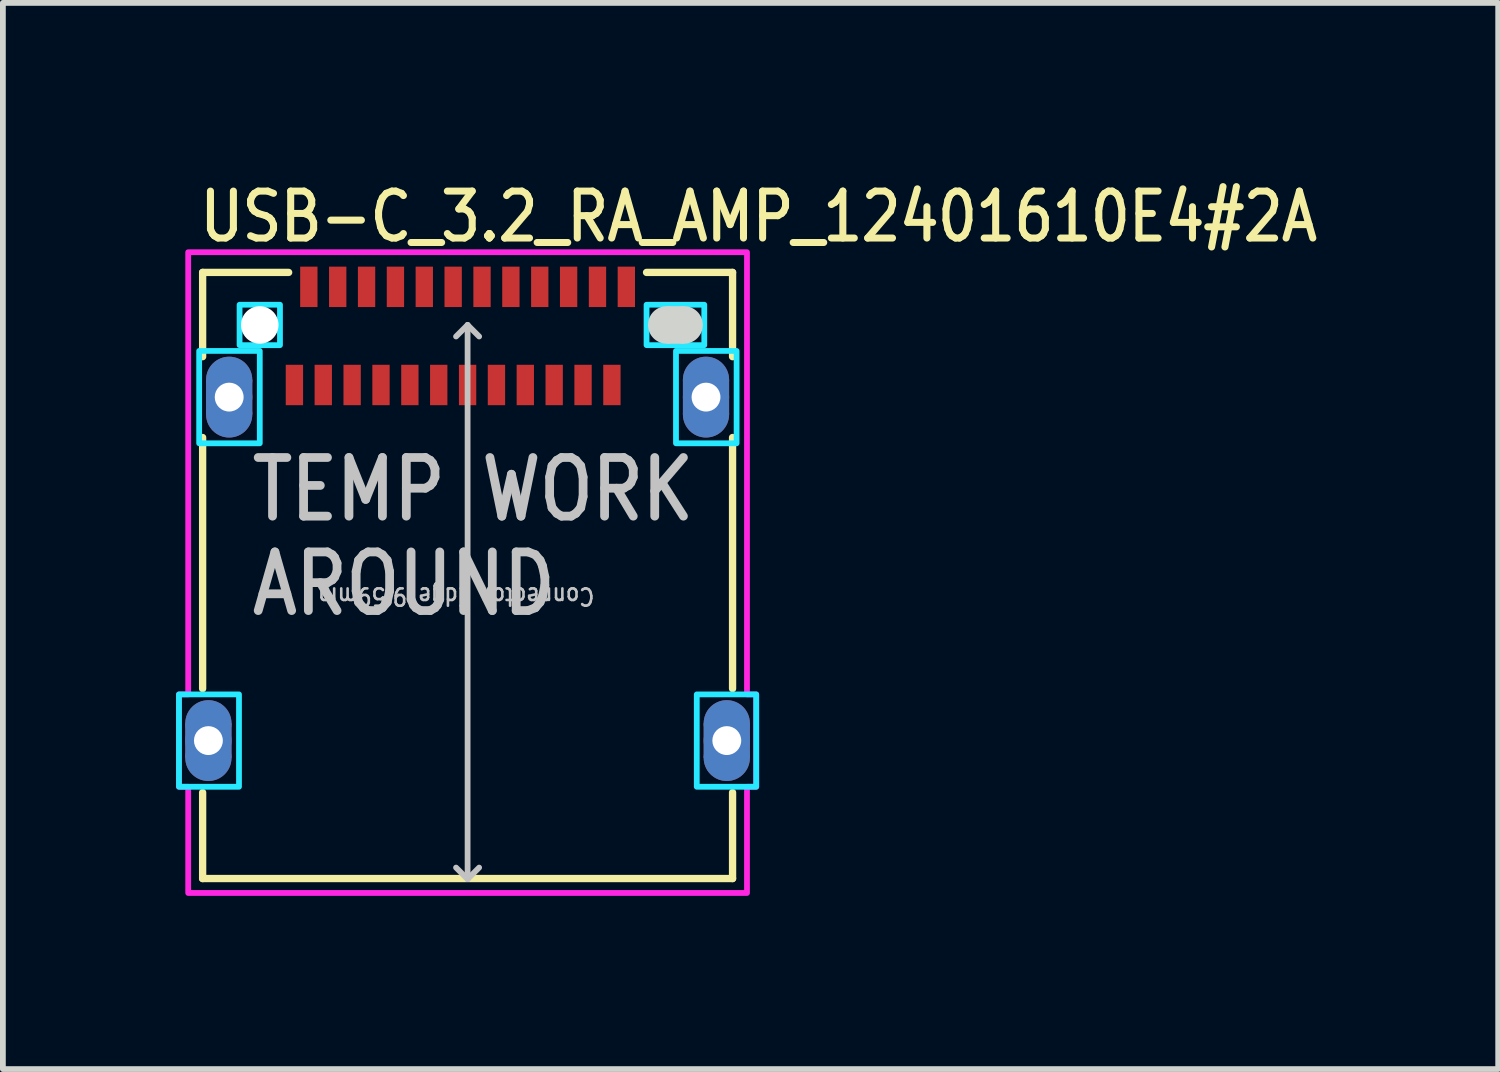
<source format=kicad_pcb>
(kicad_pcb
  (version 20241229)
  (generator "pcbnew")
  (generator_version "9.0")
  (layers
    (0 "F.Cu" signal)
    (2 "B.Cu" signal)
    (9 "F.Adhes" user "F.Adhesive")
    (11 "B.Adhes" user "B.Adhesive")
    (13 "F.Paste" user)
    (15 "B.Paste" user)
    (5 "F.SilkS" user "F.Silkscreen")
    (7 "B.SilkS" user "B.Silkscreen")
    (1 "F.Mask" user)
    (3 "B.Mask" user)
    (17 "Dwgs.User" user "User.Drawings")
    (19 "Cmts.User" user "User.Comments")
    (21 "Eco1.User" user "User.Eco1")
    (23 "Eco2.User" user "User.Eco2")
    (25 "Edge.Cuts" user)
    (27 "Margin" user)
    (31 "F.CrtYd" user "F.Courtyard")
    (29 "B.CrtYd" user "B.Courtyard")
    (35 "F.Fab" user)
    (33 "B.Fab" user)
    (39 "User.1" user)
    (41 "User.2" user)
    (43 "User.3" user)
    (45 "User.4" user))
  (footprint "USB-C_3.2_RA_AMP_12401610E4#2A"
    (layer "F.Cu")
    (at 5.05 2.579)
    (property "Reference" "USB-C_3.2_RA_AMP_12401610E4#2A" (at -4.7 -1.4 0) (unlocked yes) (layer "F.SilkS") (effects (font (size 0.813 0.695) (thickness 0.122)) (justify left bottom)))
    (fp_circle (center -4.49 6.9) (end -4.89 6.9) (stroke (width 0) (type solid)) (fill yes) (layer "F.Cu"))
    (fp_circle (center -4.49 7.5) (end -4.09 7.5) (stroke (width 0) (type solid)) (fill yes) (layer "F.Cu"))
    (fp_circle (center -4.13 0.95) (end -4.53 0.95) (stroke (width 0) (type solid)) (fill yes) (layer "F.Cu"))
    (fp_circle (center -4.13 1.55) (end -3.73 1.55) (stroke (width 0) (type solid)) (fill yes) (layer "F.Cu"))
    (fp_circle (center 4.13 0.95) (end 3.73 0.95) (stroke (width 0) (type solid)) (fill yes) (layer "F.Cu"))
    (fp_circle (center 4.13 1.55) (end 4.53 1.55) (stroke (width 0) (type solid)) (fill yes) (layer "F.Cu"))
    (fp_circle (center 4.49 6.9) (end 4.09 6.9) (stroke (width 0) (type solid)) (fill yes) (layer "F.Cu"))
    (fp_circle (center 4.49 7.5) (end 4.89 7.5) (stroke (width 0) (type solid)) (fill yes) (layer "F.Cu"))
    (fp_poly (pts (xy -4.89 6.9) (xy -4.09 6.9) (xy -4.09 7.5) (xy -4.89 7.5)) (stroke (width 0) (type solid)) (fill yes) (layer "F.Cu"))
    (fp_poly (pts (xy -4.53 0.95) (xy -3.73 0.95) (xy -3.73 1.55) (xy -4.53 1.55)) (stroke (width 0) (type solid)) (fill yes) (layer "F.Cu"))
    (fp_poly (pts (xy 3.73 0.95) (xy 4.53 0.95) (xy 4.53 1.55) (xy 3.73 1.55)) (stroke (width 0) (type solid)) (fill yes) (layer "F.Cu"))
    (fp_poly (pts (xy 4.09 6.9) (xy 4.89 6.9) (xy 4.89 7.5) (xy 4.09 7.5)) (stroke (width 0) (type solid)) (fill yes) (layer "F.Cu"))
    (fp_circle (center -4.49 6.9) (end -4.99 6.9) (stroke (width 0) (type solid)) (fill yes) (layer "F.Mask"))
    (fp_circle (center -4.49 7.5) (end -3.99 7.5) (stroke (width 0) (type solid)) (fill yes) (layer "F.Mask"))
    (fp_circle (center -4.13 0.95) (end -4.63 0.95) (stroke (width 0) (type solid)) (fill yes) (layer "F.Mask"))
    (fp_circle (center -4.13 1.55) (end -3.63 1.55) (stroke (width 0) (type solid)) (fill yes) (layer "F.Mask"))
    (fp_circle (center 3.45 0) (end 3.45 -0.425) (stroke (width 0) (type solid)) (fill yes) (layer "F.Mask"))
    (fp_circle (center 3.75 0) (end 3.75 0.425) (stroke (width 0) (type solid)) (fill yes) (layer "F.Mask"))
    (fp_circle (center 4.13 0.95) (end 3.63 0.95) (stroke (width 0) (type solid)) (fill yes) (layer "F.Mask"))
    (fp_circle (center 4.13 1.55) (end 4.63 1.55) (stroke (width 0) (type solid)) (fill yes) (layer "F.Mask"))
    (fp_circle (center 4.49 6.9) (end 3.99 6.9) (stroke (width 0) (type solid)) (fill yes) (layer "F.Mask"))
    (fp_circle (center 4.49 7.5) (end 4.99 7.5) (stroke (width 0) (type solid)) (fill yes) (layer "F.Mask"))
    (fp_poly (pts (xy -4.99 6.9) (xy -3.99 6.9) (xy -3.99 7.5) (xy -4.99 7.5)) (stroke (width 0) (type solid)) (fill yes) (layer "F.Mask"))
    (fp_poly (pts (xy -4.63 0.95) (xy -3.63 0.95) (xy -3.63 1.55) (xy -4.63 1.55)) (stroke (width 0) (type solid)) (fill yes) (layer "F.Mask"))
    (fp_poly (pts (xy 3.63 0.95) (xy 4.63 0.95) (xy 4.63 1.55) (xy 3.63 1.55)) (stroke (width 0) (type solid)) (fill yes) (layer "F.Mask"))
    (fp_poly (pts (xy 3.75 0.425) (xy 3.75 -0.425) (xy 3.45 -0.425) (xy 3.45 0.425)) (stroke (width 0) (type solid)) (fill yes) (layer "F.Mask"))
    (fp_poly (pts (xy 3.99 6.9) (xy 4.99 6.9) (xy 4.99 7.5) (xy 3.99 7.5)) (stroke (width 0) (type solid)) (fill yes) (layer "F.Mask"))
    (fp_circle (center -4.49 6.9) (end -4.89 6.9) (stroke (width 0) (type solid)) (fill yes) (layer "B.Cu"))
    (fp_circle (center -4.49 7.5) (end -4.09 7.5) (stroke (width 0) (type solid)) (fill yes) (layer "B.Cu"))
    (fp_circle (center -4.13 0.95) (end -4.53 0.95) (stroke (width 0) (type solid)) (fill yes) (layer "B.Cu"))
    (fp_circle (center -4.13 1.55) (end -3.73 1.55) (stroke (width 0) (type solid)) (fill yes) (layer "B.Cu"))
    (fp_circle (center 4.13 0.95) (end 3.73 0.95) (stroke (width 0) (type solid)) (fill yes) (layer "B.Cu"))
    (fp_circle (center 4.13 1.55) (end 4.53 1.55) (stroke (width 0) (type solid)) (fill yes) (layer "B.Cu"))
    (fp_circle (center 4.49 6.9) (end 4.09 6.9) (stroke (width 0) (type solid)) (fill yes) (layer "B.Cu"))
    (fp_circle (center 4.49 7.5) (end 4.89 7.5) (stroke (width 0) (type solid)) (fill yes) (layer "B.Cu"))
    (fp_poly (pts (xy -4.89 6.9) (xy -4.09 6.9) (xy -4.09 7.5) (xy -4.89 7.5)) (stroke (width 0) (type solid)) (fill yes) (layer "B.Cu"))
    (fp_poly (pts (xy -4.53 0.95) (xy -3.73 0.95) (xy -3.73 1.55) (xy -4.53 1.55)) (stroke (width 0) (type solid)) (fill yes) (layer "B.Cu"))
    (fp_poly (pts (xy 3.73 0.95) (xy 4.53 0.95) (xy 4.53 1.55) (xy 3.73 1.55)) (stroke (width 0) (type solid)) (fill yes) (layer "B.Cu"))
    (fp_poly (pts (xy 4.09 6.9) (xy 4.89 6.9) (xy 4.89 7.5) (xy 4.09 7.5)) (stroke (width 0) (type solid)) (fill yes) (layer "B.Cu"))
    (fp_circle (center -4.49 6.9) (end -4.99 6.9) (stroke (width 0) (type solid)) (fill yes) (layer "B.Mask"))
    (fp_circle (center -4.49 7.5) (end -3.99 7.5) (stroke (width 0) (type solid)) (fill yes) (layer "B.Mask"))
    (fp_circle (center -4.13 0.95) (end -4.63 0.95) (stroke (width 0) (type solid)) (fill yes) (layer "B.Mask"))
    (fp_circle (center -4.13 1.55) (end -3.63 1.55) (stroke (width 0) (type solid)) (fill yes) (layer "B.Mask"))
    (fp_circle (center 3.45 0) (end 3.45 -0.425) (stroke (width 0) (type solid)) (fill yes) (layer "B.Mask"))
    (fp_circle (center 3.75 0) (end 3.75 0.425) (stroke (width 0) (type solid)) (fill yes) (layer "B.Mask"))
    (fp_circle (center 4.13 0.95) (end 3.63 0.95) (stroke (width 0) (type solid)) (fill yes) (layer "B.Mask"))
    (fp_circle (center 4.13 1.55) (end 4.63 1.55) (stroke (width 0) (type solid)) (fill yes) (layer "B.Mask"))
    (fp_circle (center 4.49 6.9) (end 3.99 6.9) (stroke (width 0) (type solid)) (fill yes) (layer "B.Mask"))
    (fp_circle (center 4.49 7.5) (end 4.99 7.5) (stroke (width 0) (type solid)) (fill yes) (layer "B.Mask"))
    (fp_poly (pts (xy -4.99 6.9) (xy -3.99 6.9) (xy -3.99 7.5) (xy -4.99 7.5)) (stroke (width 0) (type solid)) (fill yes) (layer "B.Mask"))
    (fp_poly (pts (xy -4.63 0.95) (xy -3.63 0.95) (xy -3.63 1.55) (xy -4.63 1.55)) (stroke (width 0) (type solid)) (fill yes) (layer "B.Mask"))
    (fp_poly (pts (xy 3.63 0.95) (xy 4.63 0.95) (xy 4.63 1.55) (xy 3.63 1.55)) (stroke (width 0) (type solid)) (fill yes) (layer "B.Mask"))
    (fp_poly (pts (xy 3.75 0.425) (xy 3.75 -0.425) (xy 3.45 -0.425) (xy 3.45 0.425)) (stroke (width 0) (type solid)) (fill yes) (layer "B.Mask"))
    (fp_poly (pts (xy 3.99 6.9) (xy 4.99 6.9) (xy 4.99 7.5) (xy 3.99 7.5)) (stroke (width 0) (type solid)) (fill yes) (layer "B.Mask"))
    (fp_line (start -4.59 -0.91) (end -4.59 0.55) (stroke (width 0.127) (type solid)) (layer "F.SilkS"))
    (fp_line (start -4.59 -0.91) (end -3.1 -0.91) (stroke (width 0.127) (type solid)) (layer "F.SilkS"))
    (fp_line (start -4.59 1.95) (end -4.59 6.3) (stroke (width 0.127) (type solid)) (layer "F.SilkS"))
    (fp_line (start -4.59 8.1) (end -4.59 9.59) (stroke (width 0.127) (type solid)) (layer "F.SilkS"))
    (fp_line (start -4.59 9.59) (end 4.59 9.59) (stroke (width 0.127) (type solid)) (layer "F.SilkS"))
    (fp_line (start 3.1 -0.91) (end 4.59 -0.91) (stroke (width 0.127) (type solid)) (layer "F.SilkS"))
    (fp_line (start 4.59 -0.91) (end 4.59 0.55) (stroke (width 0.127) (type solid)) (layer "F.SilkS"))
    (fp_line (start 4.59 6.3) (end 4.59 1.95) (stroke (width 0.127) (type solid)) (layer "F.SilkS"))
    (fp_line (start 4.59 9.59) (end 4.59 8.1) (stroke (width 0.127) (type solid)) (layer "F.SilkS"))
    (fp_line (start 0 0) (end -0.2 0.2) (stroke (width 0.1) (type solid)) (layer "Dwgs.User"))
    (fp_line (start 0 0) (end 0 9.6) (stroke (width 0.1) (type solid)) (layer "Dwgs.User"))
    (fp_line (start 0 0) (end 0.2 0.2) (stroke (width 0.1) (type solid)) (layer "Dwgs.User"))
    (fp_line (start 0 9.6) (end -0.2 9.4) (stroke (width 0.1) (type solid)) (layer "Dwgs.User"))
    (fp_line (start 0 9.6) (end 0.2 9.4) (stroke (width 0.1) (type solid)) (layer "Dwgs.User"))
    (fp_circle (center 3.45 0) (end 3.45 -0.325) (stroke (width 0) (type solid)) (fill yes) (layer "Edge.Cuts"))
    (fp_circle (center 3.75 0) (end 3.75 0.325) (stroke (width 0) (type solid)) (fill yes) (layer "Edge.Cuts"))
    (fp_poly (pts (xy 3.75 0.325) (xy 3.75 -0.325) (xy 3.45 -0.325) (xy 3.45 0.325)) (stroke (width 0) (type solid)) (fill yes) (layer "Edge.Cuts"))
    (fp_poly (pts (xy -5 6.4) (xy -3.96 6.4) (xy -3.96 8) (xy -5 8)) (stroke (width 0.1) (type solid)) (fill no) (layer "B.CrtYd"))
    (fp_poly (pts (xy -4.65 0.45) (xy -3.6 0.45) (xy -3.6 2.05) (xy -4.65 2.05)) (stroke (width 0.1) (type solid)) (fill no) (layer "B.CrtYd"))
    (fp_poly (pts (xy -3.95 -0.35) (xy -3.25 -0.35) (xy -3.25 0.35) (xy -3.95 0.35)) (stroke (width 0.1) (type solid)) (fill no) (layer "B.CrtYd"))
    (fp_poly (pts (xy 3.1 -0.35) (xy 4.1 -0.35) (xy 4.1 0.35) (xy 3.1 0.35)) (stroke (width 0.1) (type solid)) (fill no) (layer "B.CrtYd"))
    (fp_poly (pts (xy 3.61 0.45) (xy 4.66 0.45) (xy 4.66 2.05) (xy 3.61 2.05)) (stroke (width 0.1) (type solid)) (fill no) (layer "B.CrtYd"))
    (fp_poly (pts (xy 3.97 6.4) (xy 5 6.4) (xy 5 8) (xy 3.97 8)) (stroke (width 0.1) (type solid)) (fill no) (layer "B.CrtYd"))
    (fp_poly (pts (xy -4.84 -1.26) (xy 4.84 -1.26) (xy 4.84 6.4) (xy 5 6.4) (xy 5 8) (xy 4.84 8) (xy 4.84 9.84) (xy -4.84 9.84) (xy -4.84 8) (xy -5 8) (xy -5 6.4) (xy -4.84 6.4)) (stroke (width 0.1) (type solid)) (fill no) (layer "F.CrtYd"))
    (fp_text user "TEMP WORK\nAROUND" (at -3.81 5.08 0) (unlocked yes) (layer "Dwgs.User") (effects (font (size 1.016 0.869) (thickness 0.152)) (justify left bottom)))
    (fp_text user "Connector Edge 9.59mm" (at -0.2 4.7 180) (unlocked yes) (layer "Dwgs.User") (effects (font (size 0.3 0.257) (thickness 0.045))))
    (pad "" np_thru_hole circle (at -3.6 0) (size 0.65 0.65) (drill 0.65) (layers "*.Cu" "*.Mask"))
    (pad "A_1" smd rect (at -2.75 -0.66) (size 0.3 0.7) (layers "F.Cu" "F.Mask" "F.Paste"))
    (pad "A_2" smd rect (at -2.25 -0.66) (size 0.3 0.7) (layers "F.Cu" "F.Mask" "F.Paste"))
    (pad "A_3" smd rect (at -1.75 -0.66) (size 0.3 0.7) (layers "F.Cu" "F.Mask" "F.Paste"))
    (pad "A_4" smd rect (at -1.25 -0.66) (size 0.3 0.7) (layers "F.Cu" "F.Mask" "F.Paste"))
    (pad "A_5" smd rect (at -0.75 -0.66) (size 0.3 0.7) (layers "F.Cu" "F.Mask" "F.Paste"))
    (pad "A_6" smd rect (at -0.25 -0.66) (size 0.3 0.7) (layers "F.Cu" "F.Mask" "F.Paste"))
    (pad "A_7" smd rect (at 0.25 -0.66) (size 0.3 0.7) (layers "F.Cu" "F.Mask" "F.Paste"))
    (pad "A_8" smd rect (at 0.75 -0.66) (size 0.3 0.7) (layers "F.Cu" "F.Mask" "F.Paste"))
    (pad "A_9" smd rect (at 1.25 -0.66) (size 0.3 0.7) (layers "F.Cu" "F.Mask" "F.Paste"))
    (pad "A_10" smd rect (at 1.75 -0.66) (size 0.3 0.7) (layers "F.Cu" "F.Mask" "F.Paste"))
    (pad "A_11" smd rect (at 2.25 -0.66) (size 0.3 0.7) (layers "F.Cu" "F.Mask" "F.Paste"))
    (pad "A_12" smd rect (at 2.75 -0.66) (size 0.3 0.7) (layers "F.Cu" "F.Mask" "F.Paste"))
    (pad "B_1" smd rect (at 2.5 1.04) (size 0.3 0.7) (layers "F.Cu" "F.Mask" "F.Paste"))
    (pad "B_2" smd rect (at 2 1.04) (size 0.3 0.7) (layers "F.Cu" "F.Mask" "F.Paste"))
    (pad "B_3" smd rect (at 1.5 1.04) (size 0.3 0.7) (layers "F.Cu" "F.Mask" "F.Paste"))
    (pad "B_4" smd rect (at 1 1.04) (size 0.3 0.7) (layers "F.Cu" "F.Mask" "F.Paste"))
    (pad "B_5" smd rect (at 0.5 1.04) (size 0.3 0.7) (layers "F.Cu" "F.Mask" "F.Paste"))
    (pad "B_6" smd rect (at 0 1.04) (size 0.3 0.7) (layers "F.Cu" "F.Mask" "F.Paste"))
    (pad "B_7" smd rect (at -0.5 1.04) (size 0.3 0.7) (layers "F.Cu" "F.Mask" "F.Paste"))
    (pad "B_8" smd rect (at -1 1.04) (size 0.3 0.7) (layers "F.Cu" "F.Mask" "F.Paste"))
    (pad "B_9" smd rect (at -1.5 1.04) (size 0.3 0.7) (layers "F.Cu" "F.Mask" "F.Paste"))
    (pad "B_10" smd rect (at -2 1.04) (size 0.3 0.7) (layers "F.Cu" "F.Mask" "F.Paste"))
    (pad "B_11" smd rect (at -2.5 1.04) (size 0.3 0.7) (layers "F.Cu" "F.Mask" "F.Paste"))
    (pad "B_12" smd rect (at -3 1.04) (size 0.3 0.7) (layers "F.Cu" "F.Mask" "F.Paste"))
    (pad "S_1" thru_hole oval (at -4.13 1.25) (size 0.8 0.8) (drill 0.5) (layers "*.Cu" "*.Mask"))
    (pad "S_2" thru_hole oval (at 4.13 1.25) (size 0.8 0.8) (drill 0.5) (layers "*.Cu" "*.Mask"))
    (pad "S_3" thru_hole oval (at -4.49 7.2) (size 0.8 0.8) (drill 0.5) (layers "*.Cu" "*.Mask"))
    (pad "S_4" thru_hole oval (at 4.49 7.2) (size 0.8 0.8) (drill 0.5) (layers "*.Cu" "*.Mask")))
  (gr_rect
    (start -3 -3)
    (end 22.903 15.469)
    (stroke (width 0.1) (type default))
    (fill no)
    (layer "Edge.Cuts")))
</source>
